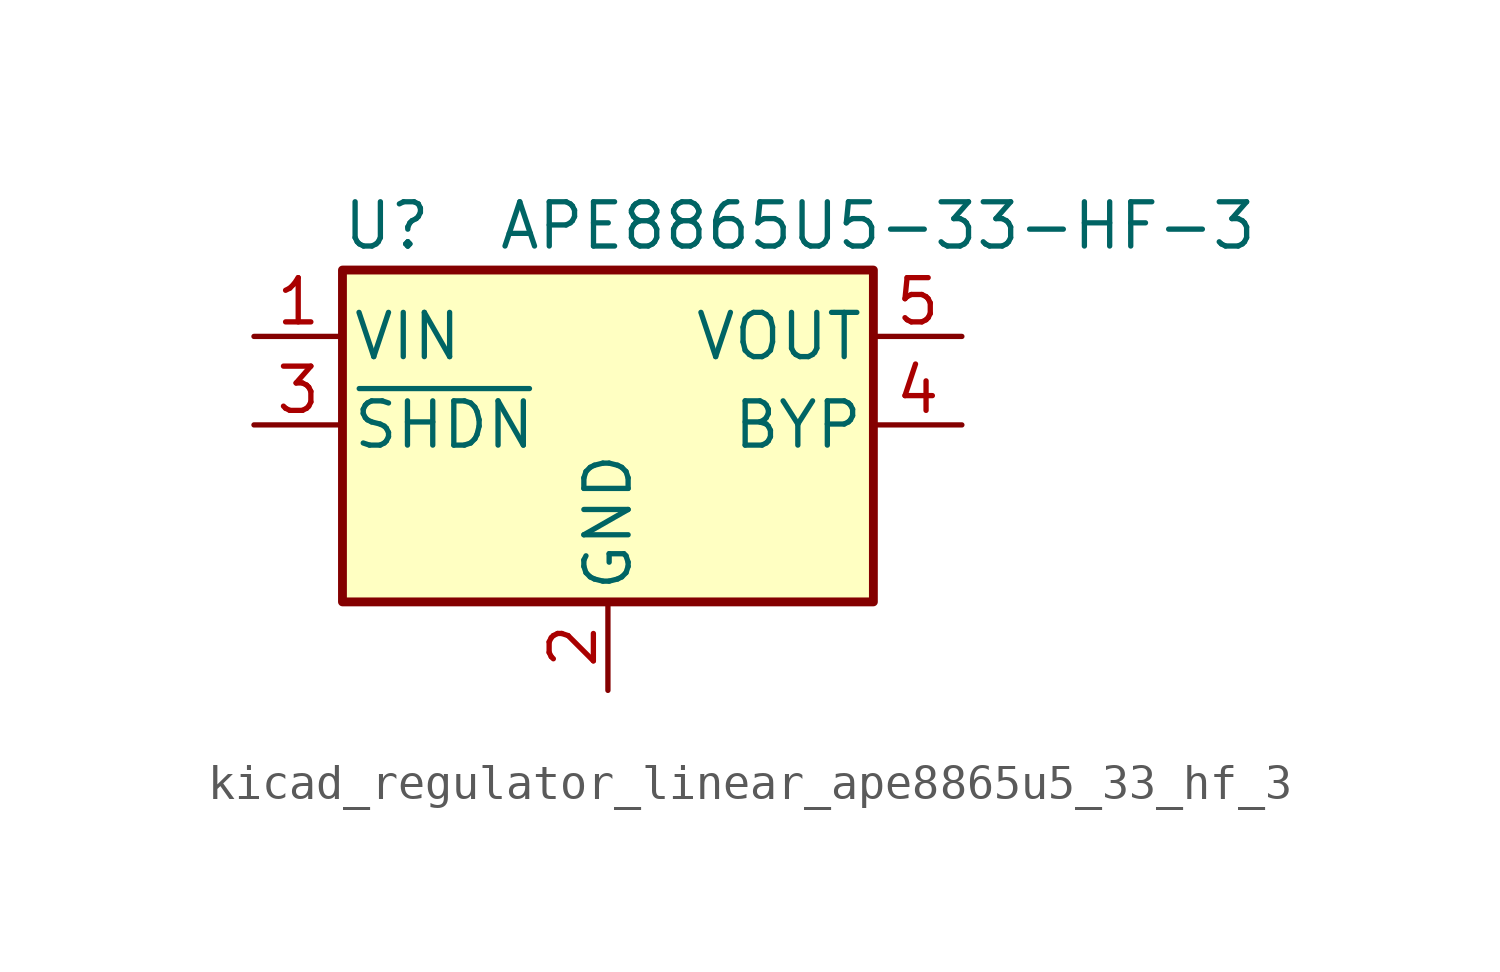
<source format=kicad_sym>
(kicad_symbol_lib
  (version 20220914)
  (generator kicad_symbol_editor)
  (symbol "kicad_regulator_linear_ape8865u5_33_hf_3"
    (pin_names
      (offset 0.254))
    (property "Reference" "U"
      (at -6.35 5.715 0)
      (effects (font (size 1.27 1.27))))
    (property "Value" "APE8865U5-33-HF-3"
      (at -3.175 5.715 0)
      (effects (font (size 1.27 1.27)) (justify left)))
    (symbol "kicad_regulator_linear_ape8865u5_33_hf_3_0_1"
      (rectangle (start -7.62 4.445) (end 7.62 -5.08) (stroke (width 0.254) (type default)) (fill (type background))))
    (symbol "kicad_regulator_linear_ape8865u5_33_hf_3_1_1"
      (pin power_in line (at -10.16 2.54 0) (length 2.54) (name "VIN" (effects (font (size 1.27 1.27)))) (number "1" (effects (font (size 1.27 1.27)))))
      (pin power_in line (at 0 -7.62 90) (length 2.54) (name "GND" (effects (font (size 1.27 1.27)))) (number "2" (effects (font (size 1.27 1.27)))))
      (pin input line (at -10.16 0 0) (length 2.54) (name "~{SHDN}" (effects (font (size 1.27 1.27)))) (number "3" (effects (font (size 1.27 1.27)))))
      (pin input line (at 10.16 0 180) (length 2.54) (name "BYP" (effects (font (size 1.27 1.27)))) (number "4" (effects (font (size 1.27 1.27)))))
      (pin power_out line (at 10.16 2.54 180) (length 2.54) (name "VOUT" (effects (font (size 1.27 1.27)))) (number "5" (effects (font (size 1.27 1.27))))))))
</source>
